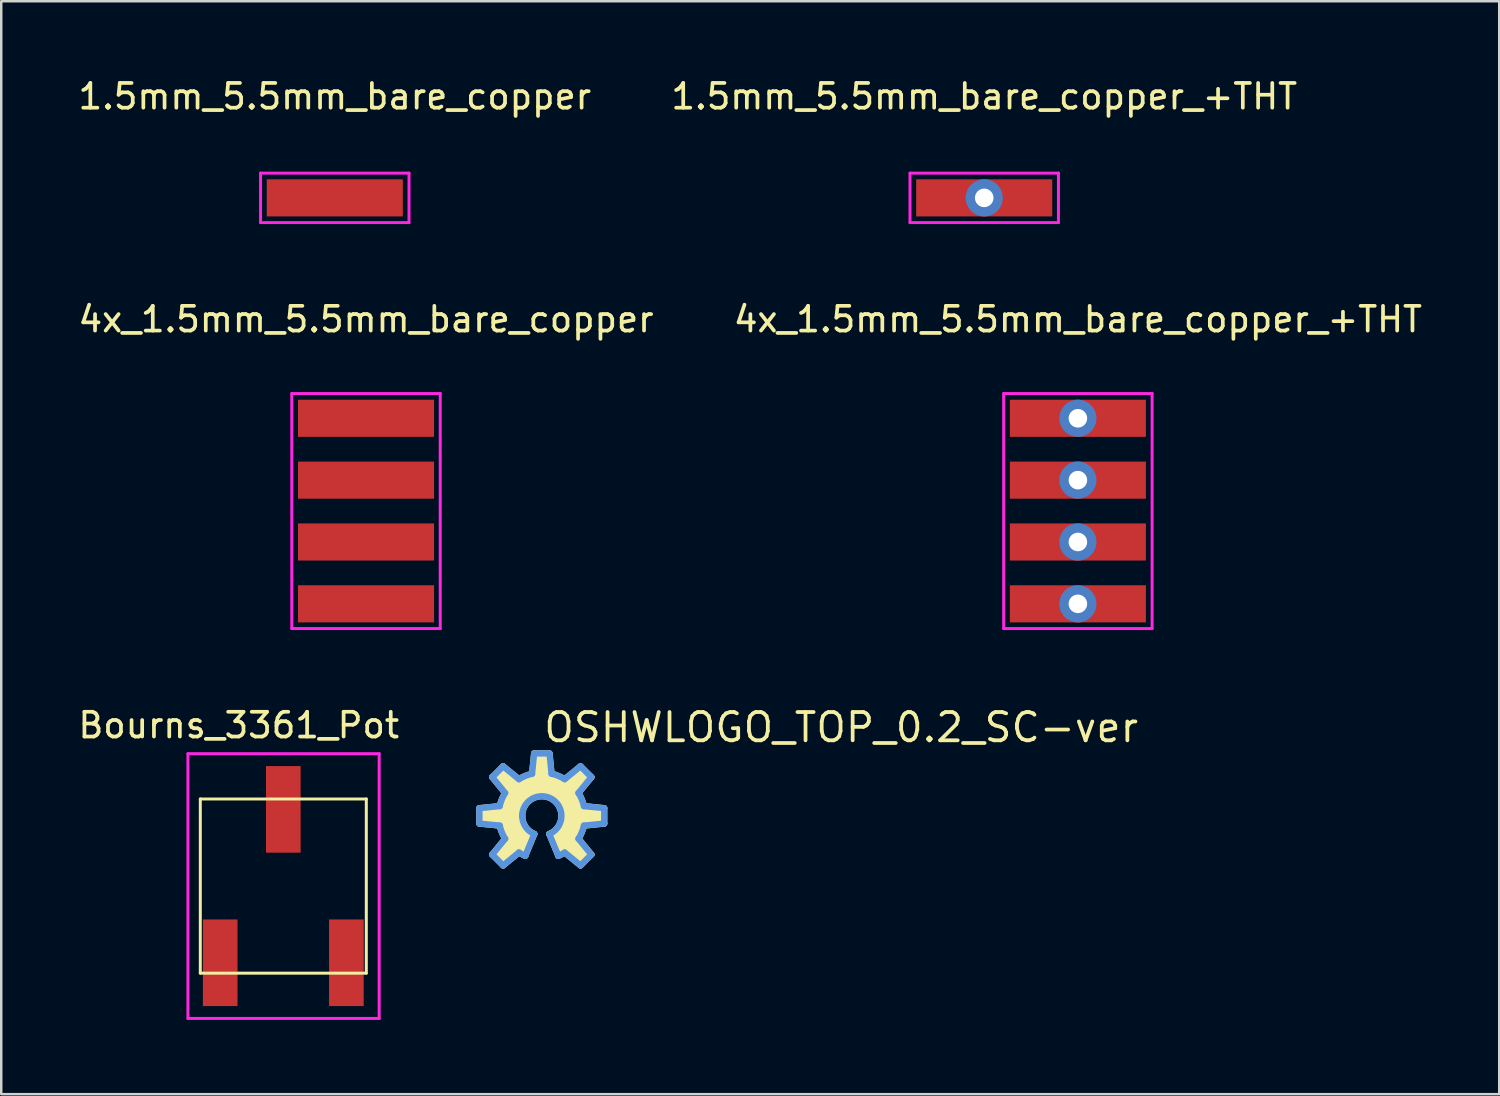
<source format=kicad_pcb>
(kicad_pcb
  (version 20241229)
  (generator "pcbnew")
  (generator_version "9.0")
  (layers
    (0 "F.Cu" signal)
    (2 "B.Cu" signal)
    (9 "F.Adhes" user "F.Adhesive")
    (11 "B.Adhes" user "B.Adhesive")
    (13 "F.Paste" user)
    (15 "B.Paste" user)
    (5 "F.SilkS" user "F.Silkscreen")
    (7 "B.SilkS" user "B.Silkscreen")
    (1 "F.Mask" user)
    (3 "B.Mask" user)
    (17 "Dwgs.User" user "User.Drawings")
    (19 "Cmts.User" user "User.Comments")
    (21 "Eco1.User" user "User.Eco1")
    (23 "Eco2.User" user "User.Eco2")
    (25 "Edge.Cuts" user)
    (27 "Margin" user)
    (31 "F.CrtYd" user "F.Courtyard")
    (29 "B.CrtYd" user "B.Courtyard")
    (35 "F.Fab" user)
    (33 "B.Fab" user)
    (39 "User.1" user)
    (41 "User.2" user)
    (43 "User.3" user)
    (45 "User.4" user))
  (footprint "4x_1.5mm_5.5mm_bare_copper"
    (layer "F.Cu")
    (at 11.744 17.607)
    (property "Reference" "4x_1.5mm_5.5mm_bare_copper" (at 0 -7.75 0) (layer "F.SilkS") (effects (font (size 1 1) (thickness 0.15))))
    (attr through_hole)
    (fp_line (start -3 -4.75) (end 3 -4.75) (stroke (width 0.12) (type solid)) (layer "F.CrtYd"))
    (fp_line (start -3 4.75) (end -3 -4.75) (stroke (width 0.12) (type solid)) (layer "F.CrtYd"))
    (fp_line (start 3 -4.75) (end 3 4.75) (stroke (width 0.12) (type solid)) (layer "F.CrtYd"))
    (fp_line (start 3 4.75) (end -3 4.75) (stroke (width 0.12) (type solid)) (layer "F.CrtYd"))
    (pad "1" smd rect (at 0 -3.75) (size 5.5 1.5) (layers "F.Cu" "F.Mask" "F.Paste"))
    (pad "2" smd rect (at 0 -1.25) (size 5.5 1.5) (layers "F.Cu" "F.Mask" "F.Paste"))
    (pad "3" smd rect (at 0 1.25) (size 5.5 1.5) (layers "F.Cu" "F.Mask" "F.Paste"))
    (pad "4" smd rect (at 0 3.75) (size 5.5 1.5) (layers "F.Cu" "F.Mask" "F.Paste")))
  (footprint "1.5mm_5.5mm_bare_copper_+THT"
    (layer "F.Cu")
    (at 36.732 4.948)
    (property "Reference" "1.5mm_5.5mm_bare_copper_+THT" (at 0 -4.1 0) (layer "F.SilkS") (effects (font (size 1 1) (thickness 0.15))))
    (attr through_hole)
    (fp_line (start -3 -1) (end -3 1) (stroke (width 0.12) (type solid)) (layer "F.CrtYd"))
    (fp_line (start -3 1) (end 3 1) (stroke (width 0.12) (type solid)) (layer "F.CrtYd"))
    (fp_line (start 3 -1) (end -3 -1) (stroke (width 0.12) (type solid)) (layer "F.CrtYd"))
    (fp_line (start 3 1) (end 3 -1) (stroke (width 0.12) (type solid)) (layer "F.CrtYd"))
    (pad "1" thru_hole circle (at 0 0) (size 1.5 1.5) (drill 0.75) (layers "*.Cu" "*.Mask"))
    (pad "1" smd rect (at 0 0) (size 5.5 1.5) (layers "F.Cu" "F.Mask" "F.Paste")))
  (footprint "1.5mm_5.5mm_bare_copper"
    (layer "F.Cu")
    (at 10.482 4.948)
    (property "Reference" "1.5mm_5.5mm_bare_copper" (at 0 -4.1 0) (layer "F.SilkS") (effects (font (size 1 1) (thickness 0.15))))
    (attr through_hole)
    (fp_line (start -3 -1) (end -3 1) (stroke (width 0.12) (type solid)) (layer "F.CrtYd"))
    (fp_line (start -3 1) (end 3 1) (stroke (width 0.12) (type solid)) (layer "F.CrtYd"))
    (fp_line (start 3 -1) (end -3 -1) (stroke (width 0.12) (type solid)) (layer "F.CrtYd"))
    (fp_line (start 3 1) (end 3 -1) (stroke (width 0.12) (type solid)) (layer "F.CrtYd"))
    (pad "1" smd rect (at 0 0) (size 5.5 1.5) (layers "F.Cu" "F.Mask" "F.Paste")))
  (footprint "4x_1.5mm_5.5mm_bare_copper_+THT"
    (layer "F.Cu")
    (at 40.518 17.607)
    (property "Reference" "4x_1.5mm_5.5mm_bare_copper_+THT" (at 0 -7.75 0) (layer "F.SilkS") (effects (font (size 1 1) (thickness 0.15))))
    (attr through_hole)
    (fp_line (start -3 -4.75) (end 3 -4.75) (stroke (width 0.12) (type solid)) (layer "F.CrtYd"))
    (fp_line (start -3 4.75) (end -3 -4.75) (stroke (width 0.12) (type solid)) (layer "F.CrtYd"))
    (fp_line (start 3 -4.75) (end 3 4.75) (stroke (width 0.12) (type solid)) (layer "F.CrtYd"))
    (fp_line (start 3 4.75) (end -3 4.75) (stroke (width 0.12) (type solid)) (layer "F.CrtYd"))
    (pad "1" thru_hole circle (at 0 -3.75) (size 1.5 1.5) (drill 0.75) (layers "*.Cu" "*.Mask"))
    (pad "1" smd rect (at 0 -3.75) (size 5.5 1.5) (layers "F.Cu" "F.Mask" "F.Paste"))
    (pad "2" thru_hole circle (at 0 -1.25) (size 1.5 1.5) (drill 0.75) (layers "*.Cu" "*.Mask"))
    (pad "2" smd rect (at 0 -1.25) (size 5.5 1.5) (layers "F.Cu" "F.Mask" "F.Paste"))
    (pad "3" thru_hole circle (at 0 1.25) (size 1.5 1.5) (drill 0.75) (layers "*.Cu" "*.Mask"))
    (pad "3" smd rect (at 0 1.25) (size 5.5 1.5) (layers "F.Cu" "F.Mask" "F.Paste"))
    (pad "4" thru_hole circle (at 0 3.75) (size 1.5 1.5) (drill 0.75) (layers "*.Cu" "*.Mask"))
    (pad "4" smd rect (at 0 3.75) (size 5.5 1.5) (layers "F.Cu" "F.Mask" "F.Paste")))
  (footprint "OSHWLOGO_TOP_0.2_SC-ver"
    (layer "F.Cu")
    (at 18.85 29.927)
    (property "Reference" "OSHWLOGO_TOP_0.2_SC-ver" (at 0 -3.575 0) (layer "F.SilkS") (effects (font (size 1.143 1.143) (thickness 0.152)) (justify left)))
    (attr through_hole)
    (fp_line (start -2.521 -0.31) (end -2.521 0.31) (stroke (width 0.254) (type solid)) (layer "F.SilkS"))
    (fp_line (start -2.521 0.31) (end -1.702 0.393) (stroke (width 0.254) (type solid)) (layer "F.SilkS"))
    (fp_line (start -2.002 -1.564) (end -1.481 -0.925) (stroke (width 0.254) (type solid)) (layer "F.SilkS"))
    (fp_line (start -2.002 1.564) (end -1.564 2.002) (stroke (width 0.254) (type solid)) (layer "F.SilkS"))
    (fp_line (start -1.702 -0.393) (end -2.521 -0.31) (stroke (width 0.254) (type solid)) (layer "F.SilkS"))
    (fp_line (start -1.564 -2.002) (end -2.002 -1.564) (stroke (width 0.254) (type solid)) (layer "F.SilkS"))
    (fp_line (start -1.564 2.002) (end -0.925 1.481) (stroke (width 0.254) (type solid)) (layer "F.SilkS"))
    (fp_line (start -1.481 0.925) (end -2.002 1.564) (stroke (width 0.254) (type solid)) (layer "F.SilkS"))
    (fp_line (start -0.925 -1.481) (end -1.564 -2.002) (stroke (width 0.254) (type solid)) (layer "F.SilkS"))
    (fp_line (start -0.668 1.613) (end -0.304 0.733) (stroke (width 0.254) (type solid)) (layer "F.SilkS"))
    (fp_line (start -0.31 -2.521) (end -0.393 -1.702) (stroke (width 0.254) (type solid)) (layer "F.SilkS"))
    (fp_line (start 0.304 0.733) (end 0.668 1.613) (stroke (width 0.254) (type solid)) (layer "F.SilkS"))
    (fp_line (start 0.31 -2.521) (end -0.31 -2.521) (stroke (width 0.254) (type solid)) (layer "F.SilkS"))
    (fp_line (start 0.393 -1.702) (end 0.31 -2.521) (stroke (width 0.254) (type solid)) (layer "F.SilkS"))
    (fp_line (start 0.925 1.481) (end 1.564 2.002) (stroke (width 0.254) (type solid)) (layer "F.SilkS"))
    (fp_line (start 1.481 -0.925) (end 2.002 -1.564) (stroke (width 0.254) (type solid)) (layer "F.SilkS"))
    (fp_line (start 1.564 -2.002) (end 0.925 -1.481) (stroke (width 0.254) (type solid)) (layer "F.SilkS"))
    (fp_line (start 1.564 2.002) (end 2.002 1.564) (stroke (width 0.254) (type solid)) (layer "F.SilkS"))
    (fp_line (start 1.702 0.393) (end 2.521 0.31) (stroke (width 0.254) (type solid)) (layer "F.SilkS"))
    (fp_line (start 2.002 -1.564) (end 1.564 -2.002) (stroke (width 0.254) (type solid)) (layer "F.SilkS"))
    (fp_line (start 2.002 1.564) (end 1.481 0.925) (stroke (width 0.254) (type solid)) (layer "F.SilkS"))
    (fp_line (start 2.521 -0.31) (end 1.702 -0.393) (stroke (width 0.254) (type solid)) (layer "F.SilkS"))
    (fp_line (start 2.521 0.31) (end 2.521 -0.31) (stroke (width 0.254) (type solid)) (layer "F.SilkS"))
    (fp_arc (start -1.702 -0.393) (mid -1.613794 -0.668521) (end -1.481324 -0.925706) (stroke (width 0.254) (type solid)) (layer "F.SilkS"))
    (fp_arc (start -1.481 0.925) (mid -1.613358 0.667879) (end -1.701464 0.392438) (stroke (width 0.254) (type solid)) (layer "F.SilkS"))
    (fp_arc (start -0.925 -1.481) (mid -0.667879 -1.613358) (end -0.392438 -1.701464) (stroke (width 0.254) (type solid)) (layer "F.SilkS"))
    (fp_arc (start -0.794 0) (mid 0.441123 -0.660187) (end 0.303851 0.73356) (stroke (width 0.254) (type solid)) (layer "F.SilkS"))
    (fp_arc (start -0.668 1.613) (mid -0.799272 1.552061) (end -0.925047 1.480462) (stroke (width 0.254) (type solid)) (layer "F.SilkS"))
    (fp_arc (start -0.304 0.733) (mid -0.66 0.440574) (end -0.793539 -0.000352) (stroke (width 0.254) (type solid)) (layer "F.SilkS"))
    (fp_arc (start 0.393 -1.702) (mid 0.668521 -1.613794) (end 0.925706 -1.481324) (stroke (width 0.254) (type solid)) (layer "F.SilkS"))
    (fp_arc (start 0.925 1.481) (mid 0.799181 1.552594) (end 0.667865 1.613523) (stroke (width 0.254) (type solid)) (layer "F.SilkS"))
    (fp_arc (start 1.481 -0.925) (mid 1.613358 -0.667879) (end 1.701464 -0.392438) (stroke (width 0.254) (type solid)) (layer "F.SilkS"))
    (fp_arc (start 1.702 0.393) (mid 1.613794 0.668521) (end 1.481324 0.925706) (stroke (width 0.254) (type solid)) (layer "F.SilkS"))
    (fp_poly (pts (xy 0.668 1.613) (xy 0.8 1.552) (xy 0.925 1.481) (xy 1.564 2.002) (xy 2.002 1.564) (xy 1.481 0.925) (xy 1.574 0.756) (xy 1.648 0.578) (xy 1.702 0.393) (xy 2.521 0.31) (xy 2.521 -0.31) (xy 1.702 -0.393) (xy 1.648 -0.578) (xy 1.574 -0.756) (xy 1.481 -0.925) (xy 2.002 -1.564) (xy 1.564 -2.002) (xy 0.925 -1.481) (xy 0.756 -1.574) (xy 0.578 -1.648) (xy 0.393 -1.702) (xy 0.31 -2.521) (xy -0.31 -2.521) (xy -0.393 -1.702) (xy -0.578 -1.648) (xy -0.756 -1.574) (xy -0.925 -1.481) (xy -1.564 -2.002) (xy -2.002 -1.564) (xy -1.481 -0.925) (xy -1.574 -0.756) (xy -1.648 -0.578) (xy -1.702 -0.393) (xy -2.521 -0.31) (xy -2.521 0.31) (xy -1.702 0.393) (xy -1.648 0.578) (xy -1.574 0.756) (xy -1.481 0.925) (xy -2.002 1.564) (xy -1.564 2.002) (xy -0.925 1.481) (xy -0.8 1.552) (xy -0.668 1.613) (xy -0.304 0.733) (xy -0.388 0.693) (xy -0.467 0.642) (xy -0.539 0.583) (xy -0.604 0.516) (xy -0.66 0.441) (xy -0.707 0.36) (xy -0.745 0.275) (xy -0.772 0.185) (xy -0.788 0.093) (xy -0.794 0) (xy -0.788 -0.098) (xy -0.77 -0.194) (xy -0.74 -0.287) (xy -0.699 -0.376) (xy -0.647 -0.459) (xy -0.586 -0.535) (xy -0.516 -0.604) (xy -0.437 -0.662) (xy -0.352 -0.711) (xy -0.262 -0.749) (xy -0.168 -0.776) (xy -0.071 -0.79) (xy 0.027 -0.793) (xy 0.124 -0.784) (xy 0.22 -0.763) (xy 0.312 -0.73) (xy 0.399 -0.686) (xy 0.481 -0.631) (xy 0.555 -0.567) (xy 0.621 -0.495) (xy 0.677 -0.415) (xy 0.723 -0.328) (xy 0.758 -0.237) (xy 0.781 -0.142) (xy 0.792 -0.044) (xy 0.792 0.053) (xy 0.779 0.151) (xy 0.755 0.245) (xy 0.719 0.336) (xy 0.672 0.422) (xy 0.615 0.502) (xy 0.549 0.574) (xy 0.474 0.637) (xy 0.392 0.69) (xy 0.304 0.733)) (stroke (width 0) (type solid)) (fill yes) (layer "F.SilkS"))
    (fp_line (start -2.521 -0.31) (end -2.521 0.31) (stroke (width 0.254) (type solid)) (layer "Cmts.User"))
    (fp_line (start -2.521 0.31) (end -1.702 0.393) (stroke (width 0.254) (type solid)) (layer "Cmts.User"))
    (fp_line (start -2.002 -1.564) (end -1.481 -0.925) (stroke (width 0.254) (type solid)) (layer "Cmts.User"))
    (fp_line (start -2.002 1.564) (end -1.564 2.002) (stroke (width 0.254) (type solid)) (layer "Cmts.User"))
    (fp_line (start -1.702 -0.393) (end -2.521 -0.31) (stroke (width 0.254) (type solid)) (layer "Cmts.User"))
    (fp_line (start -1.564 -2.002) (end -2.002 -1.564) (stroke (width 0.254) (type solid)) (layer "Cmts.User"))
    (fp_line (start -1.564 2.002) (end -0.925 1.481) (stroke (width 0.254) (type solid)) (layer "Cmts.User"))
    (fp_line (start -1.481 0.925) (end -2.002 1.564) (stroke (width 0.254) (type solid)) (layer "Cmts.User"))
    (fp_line (start -0.925 -1.481) (end -1.564 -2.002) (stroke (width 0.254) (type solid)) (layer "Cmts.User"))
    (fp_line (start -0.668 1.613) (end -0.304 0.733) (stroke (width 0.254) (type solid)) (layer "Cmts.User"))
    (fp_line (start -0.31 -2.521) (end -0.393 -1.702) (stroke (width 0.254) (type solid)) (layer "Cmts.User"))
    (fp_line (start 0.304 0.733) (end 0.668 1.613) (stroke (width 0.254) (type solid)) (layer "Cmts.User"))
    (fp_line (start 0.31 -2.521) (end -0.31 -2.521) (stroke (width 0.254) (type solid)) (layer "Cmts.User"))
    (fp_line (start 0.393 -1.702) (end 0.31 -2.521) (stroke (width 0.254) (type solid)) (layer "Cmts.User"))
    (fp_line (start 0.925 1.481) (end 1.564 2.002) (stroke (width 0.254) (type solid)) (layer "Cmts.User"))
    (fp_line (start 1.481 -0.925) (end 2.002 -1.564) (stroke (width 0.254) (type solid)) (layer "Cmts.User"))
    (fp_line (start 1.564 -2.002) (end 0.925 -1.481) (stroke (width 0.254) (type solid)) (layer "Cmts.User"))
    (fp_line (start 1.564 2.002) (end 2.002 1.564) (stroke (width 0.254) (type solid)) (layer "Cmts.User"))
    (fp_line (start 1.702 0.393) (end 2.521 0.31) (stroke (width 0.254) (type solid)) (layer "Cmts.User"))
    (fp_line (start 2.002 -1.564) (end 1.564 -2.002) (stroke (width 0.254) (type solid)) (layer "Cmts.User"))
    (fp_line (start 2.002 1.564) (end 1.481 0.925) (stroke (width 0.254) (type solid)) (layer "Cmts.User"))
    (fp_line (start 2.521 -0.31) (end 1.702 -0.393) (stroke (width 0.254) (type solid)) (layer "Cmts.User"))
    (fp_line (start 2.521 0.31) (end 2.521 -0.31) (stroke (width 0.254) (type solid)) (layer "Cmts.User"))
    (fp_arc (start -1.702 -0.393) (mid -1.613771 -0.668577) (end -1.48126 -0.925809) (stroke (width 0.254) (type solid)) (layer "Cmts.User"))
    (fp_arc (start -1.481 0.925) (mid -1.613381 0.667822) (end -1.701491 0.392319) (stroke (width 0.254) (type solid)) (layer "Cmts.User"))
    (fp_arc (start -0.925 -1.481) (mid -0.667822 -1.613381) (end -0.392319 -1.701491) (stroke (width 0.254) (type solid)) (layer "Cmts.User"))
    (fp_arc (start -0.794 0) (mid 0.441117 -0.660191) (end 0.303863 0.733555) (stroke (width 0.254) (type solid)) (layer "Cmts.User"))
    (fp_arc (start -0.668 1.613) (mid -0.799286 1.552054) (end -0.925073 1.480446) (stroke (width 0.254) (type solid)) (layer "Cmts.User"))
    (fp_arc (start -0.304 0.733) (mid -0.659984 0.440597) (end -0.793539 -0.000297) (stroke (width 0.254) (type solid)) (layer "Cmts.User"))
    (fp_arc (start 0.393 -1.702) (mid 0.668577 -1.613771) (end 0.925809 -1.48126) (stroke (width 0.254) (type solid)) (layer "Cmts.User"))
    (fp_arc (start 0.925 1.481) (mid 0.799167 1.552601) (end 0.667837 1.613535) (stroke (width 0.254) (type solid)) (layer "Cmts.User"))
    (fp_arc (start 1.481 -0.925) (mid 1.613381 -0.667822) (end 1.701491 -0.392319) (stroke (width 0.254) (type solid)) (layer "Cmts.User"))
    (fp_arc (start 1.702 0.393) (mid 1.613771 0.668577) (end 1.48126 0.925809) (stroke (width 0.254) (type solid)) (layer "Cmts.User")))
  (footprint "Bourns_3361_Pot"
    (layer "F.Cu")
    (at 8.401 32.765)
    (property "Reference" "Bourns_3361_Pot" (at -1.8 -6.5 0) (layer "F.SilkS") (effects (font (size 1 1) (thickness 0.15))))
    (attr through_hole)
    (fp_line (start -3.355 -3.52) (end -3.355 3.52) (stroke (width 0.12) (type solid)) (layer "F.SilkS"))
    (fp_line (start -3.355 -3.52) (end 3.355 -3.52) (stroke (width 0.12) (type solid)) (layer "F.SilkS"))
    (fp_line (start 3.355 -3.52) (end 3.355 3.52) (stroke (width 0.12) (type solid)) (layer "F.SilkS"))
    (fp_line (start 3.355 3.52) (end -3.355 3.52) (stroke (width 0.12) (type solid)) (layer "F.SilkS"))
    (fp_line (start -3.855 5.35) (end -3.855 -5.35) (stroke (width 0.12) (type solid)) (layer "F.CrtYd"))
    (fp_line (start -3.855 5.35) (end 3.875 5.35) (stroke (width 0.12) (type solid)) (layer "F.CrtYd"))
    (fp_line (start 3.875 -5.35) (end -3.855 -5.35) (stroke (width 0.12) (type solid)) (layer "F.CrtYd"))
    (fp_line (start 3.875 5.35) (end 3.875 -5.35) (stroke (width 0.12) (type solid)) (layer "F.CrtYd"))
    (pad "1" smd rect (at -2.55 3.1) (size 1.4 3.5) (layers "F.Cu" "F.Mask" "F.Paste"))
    (pad "2" smd rect (at 0 -3.1) (size 1.4 3.5) (layers "F.Cu" "F.Mask" "F.Paste"))
    (pad "3" smd rect (at 2.55 3.1) (size 1.4 3.5) (layers "F.Cu" "F.Mask" "F.Paste")))
  (gr_rect
    (start -3 -3)
    (end 57.548 41.175)
    (stroke (width 0.1) (type default))
    (fill no)
    (layer "Edge.Cuts")))
</source>
